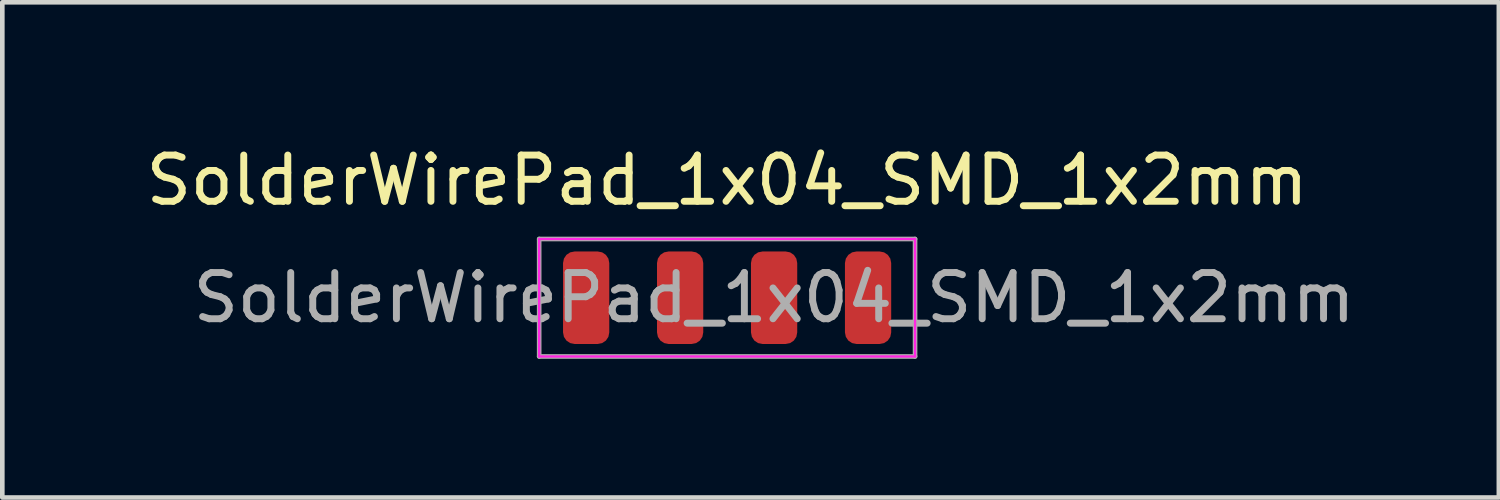
<source format=kicad_pcb>
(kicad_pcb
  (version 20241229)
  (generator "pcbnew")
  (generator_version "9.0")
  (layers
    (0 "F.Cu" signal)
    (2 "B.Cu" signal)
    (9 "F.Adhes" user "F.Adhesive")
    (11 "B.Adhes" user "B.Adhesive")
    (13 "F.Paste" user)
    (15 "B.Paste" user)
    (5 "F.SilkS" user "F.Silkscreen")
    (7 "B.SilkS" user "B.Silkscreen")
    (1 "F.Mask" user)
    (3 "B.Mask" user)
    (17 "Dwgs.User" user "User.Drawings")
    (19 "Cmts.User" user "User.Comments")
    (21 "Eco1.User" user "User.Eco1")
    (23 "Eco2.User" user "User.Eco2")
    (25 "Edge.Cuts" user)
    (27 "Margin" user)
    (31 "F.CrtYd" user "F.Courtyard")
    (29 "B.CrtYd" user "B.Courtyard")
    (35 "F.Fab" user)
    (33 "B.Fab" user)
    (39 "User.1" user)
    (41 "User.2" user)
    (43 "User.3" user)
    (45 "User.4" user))
  (footprint "SolderWirePad_1x04_SMD_1x2mm"
    (layer "F.Cu")
    (at 12.673 3.388)
    (property "Reference" "SolderWirePad_1x04_SMD_1x2mm" (at 0 -2.54 0) (layer "F.SilkS") (effects (font (size 1 1) (thickness 0.15))))
    (attr exclude_from_pos_files exclude_from_bom)
    (fp_line (start -4.064 -1.27) (end -4.064 1.27) (stroke (width 0.05) (type solid)) (layer "F.CrtYd"))
    (fp_line (start -4.064 1.27) (end 4.064 1.27) (stroke (width 0.05) (type solid)) (layer "F.CrtYd"))
    (fp_line (start 4.064 -1.27) (end -4.064 -1.27) (stroke (width 0.05) (type solid)) (layer "F.CrtYd"))
    (fp_line (start 4.064 1.27) (end 4.064 -1.27) (stroke (width 0.05) (type solid)) (layer "F.CrtYd"))
    (fp_line (start -4.064 -1.27) (end 4.064 -1.27) (stroke (width 0.1) (type solid)) (layer "F.Fab"))
    (fp_line (start -4.064 1.27) (end -4.064 -1.27) (stroke (width 0.1) (type solid)) (layer "F.Fab"))
    (fp_line (start 4.064 -1.27) (end 4.064 1.27) (stroke (width 0.1) (type solid)) (layer "F.Fab"))
    (fp_line (start 4.064 1.27) (end -4.064 1.27) (stroke (width 0.1) (type solid)) (layer "F.Fab"))
    (fp_text user "${REFERENCE}" (at 1.016 0 0) (layer "F.Fab") (effects (font (size 1 1) (thickness 0.15))))
    (pad "1" smd roundrect (at -3.048 0) (size 1 2) (layers "F.Cu" "F.Mask" "F.Paste") (roundrect_rratio 0.25))
    (pad "2" smd roundrect (at -1.016 0) (size 1 2) (layers "F.Cu" "F.Mask" "F.Paste") (roundrect_rratio 0.25))
    (pad "3" smd roundrect (at 1.016 0) (size 1 2) (layers "F.Cu" "F.Mask" "F.Paste") (roundrect_rratio 0.25))
    (pad "4" smd roundrect (at 3.048 0) (size 1 2) (layers "F.Cu" "F.Mask" "F.Paste") (roundrect_rratio 0.25)))
  (gr_rect
    (start -3 -3)
    (end 29.361 7.708)
    (stroke (width 0.1) (type default))
    (fill no)
    (layer "Edge.Cuts")))
</source>
